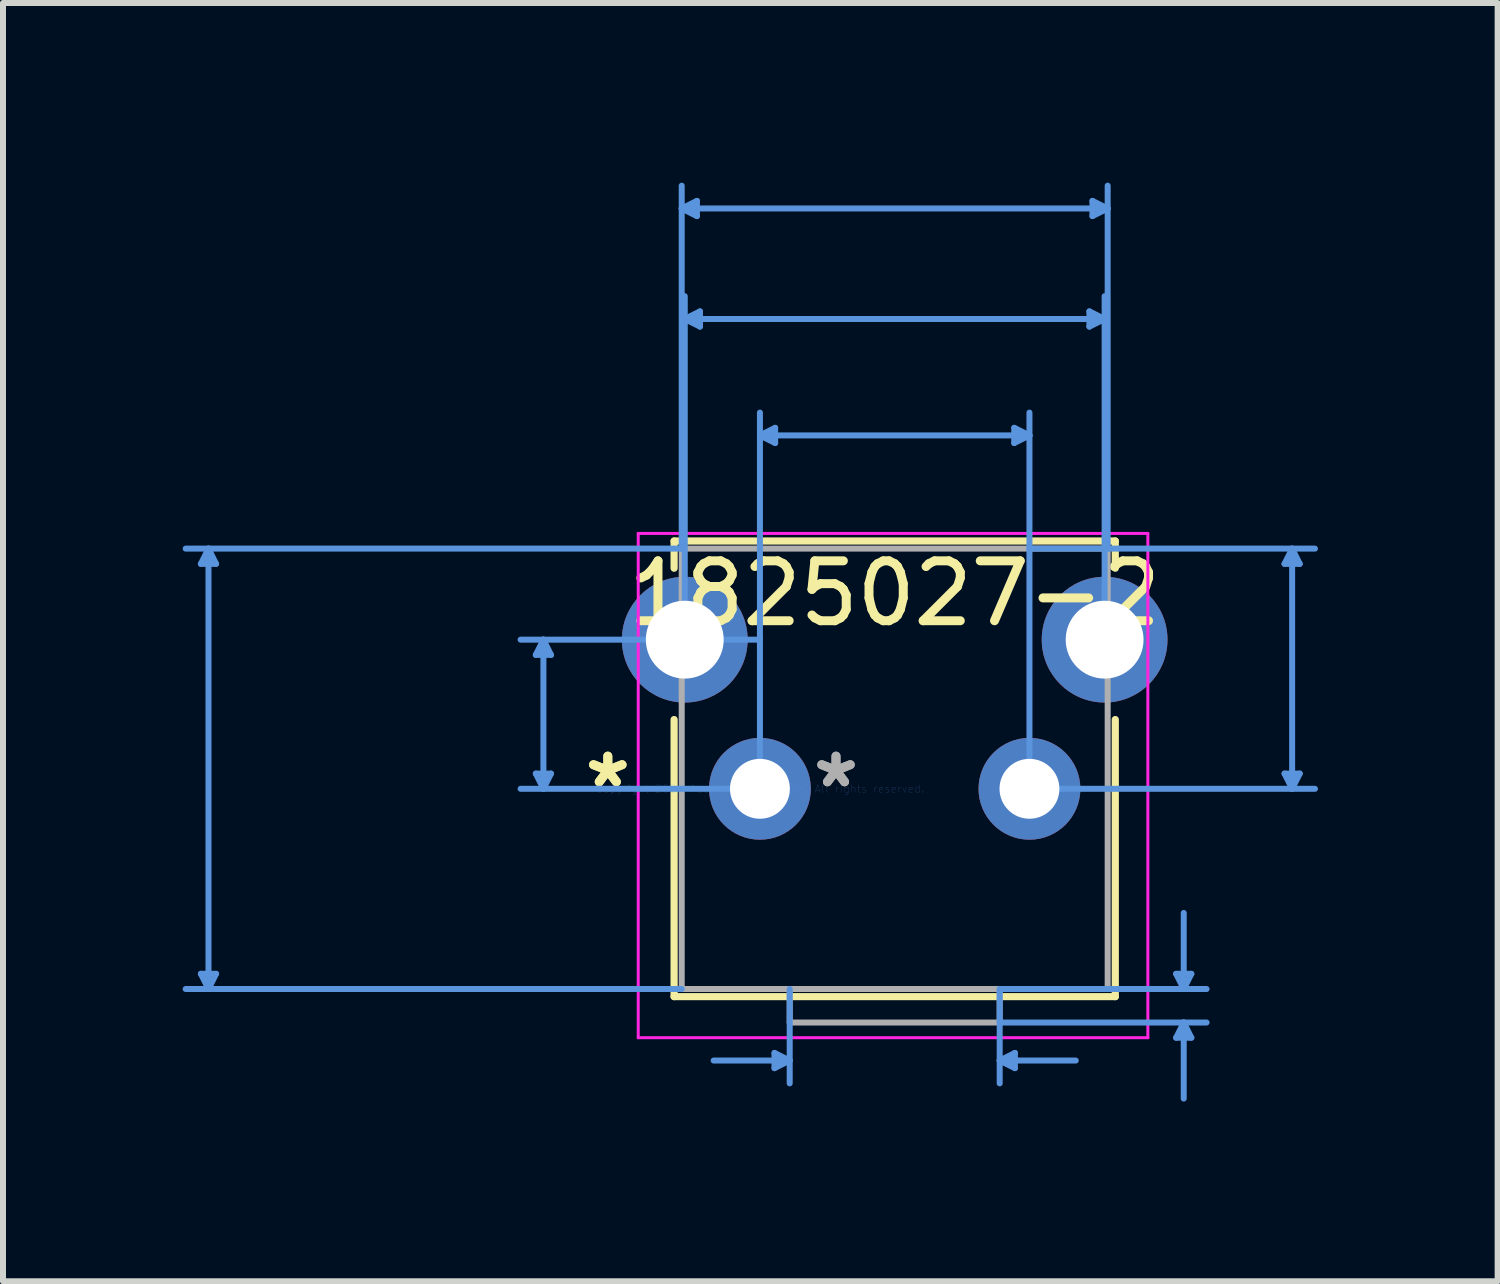
<source format=kicad_pcb>
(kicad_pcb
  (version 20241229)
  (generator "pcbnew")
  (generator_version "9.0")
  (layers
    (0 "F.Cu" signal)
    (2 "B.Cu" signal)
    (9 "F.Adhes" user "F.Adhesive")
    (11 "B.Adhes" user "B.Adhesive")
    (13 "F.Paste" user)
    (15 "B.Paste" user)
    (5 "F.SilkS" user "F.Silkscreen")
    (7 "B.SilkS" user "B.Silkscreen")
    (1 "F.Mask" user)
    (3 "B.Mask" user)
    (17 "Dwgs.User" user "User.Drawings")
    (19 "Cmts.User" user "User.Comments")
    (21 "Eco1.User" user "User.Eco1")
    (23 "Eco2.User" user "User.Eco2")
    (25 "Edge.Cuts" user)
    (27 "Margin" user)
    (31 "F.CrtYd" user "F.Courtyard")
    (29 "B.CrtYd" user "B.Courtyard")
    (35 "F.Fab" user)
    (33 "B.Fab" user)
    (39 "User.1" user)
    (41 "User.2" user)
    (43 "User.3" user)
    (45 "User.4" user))
  (footprint "1825027-2"
    (layer "F.Cu")
    (at 9.638 10.12)
    (property "Reference" "1825027-2" (at 2.25 -3.261 0) (layer "F.SilkS") (effects (font (size 1 1) (thickness 0.15))))
    (attr through_hole)
    (fp_line (start -1.433 -4.137) (end -1.433 -3.683) (stroke (width 0.12) (type solid)) (layer "F.SilkS"))
    (fp_line (start -1.433 -1.156) (end -1.433 3.47) (stroke (width 0.12) (type solid)) (layer "F.SilkS"))
    (fp_line (start -1.433 3.47) (end 5.933 3.47) (stroke (width 0.12) (type solid)) (layer "F.SilkS"))
    (fp_line (start 5.933 -4.137) (end -1.433 -4.137) (stroke (width 0.12) (type solid)) (layer "F.SilkS"))
    (fp_line (start 5.933 -3.683) (end 5.933 -4.137) (stroke (width 0.12) (type solid)) (layer "F.SilkS"))
    (fp_line (start 5.933 3.47) (end 5.933 -1.156) (stroke (width 0.12) (type solid)) (layer "F.SilkS"))
    (fp_line (start -9.334 3.089) (end -9.207 3.343) (stroke (width 0.1) (type solid)) (layer "Cmts.User"))
    (fp_line (start -9.334 -3.756) (end -9.207 -4.01) (stroke (width 0.1) (type solid)) (layer "Cmts.User"))
    (fp_line (start -9.334 -3.756) (end -9.08 -3.756) (stroke (width 0.1) (type solid)) (layer "Cmts.User"))
    (fp_line (start -9.207 -4.01) (end -9.207 3.343) (stroke (width 0.1) (type solid)) (layer "Cmts.User"))
    (fp_line (start -9.08 3.089) (end -9.334 3.089) (stroke (width 0.1) (type solid)) (layer "Cmts.User"))
    (fp_line (start -9.08 3.089) (end -9.207 3.343) (stroke (width 0.1) (type solid)) (layer "Cmts.User"))
    (fp_line (start -9.08 -3.756) (end -9.207 -4.01) (stroke (width 0.1) (type solid)) (layer "Cmts.User"))
    (fp_line (start -3.742 -0.254) (end -3.615 0) (stroke (width 0.1) (type solid)) (layer "Cmts.User"))
    (fp_line (start -3.742 -2.236) (end -3.615 -2.49) (stroke (width 0.1) (type solid)) (layer "Cmts.User"))
    (fp_line (start -3.742 -2.236) (end -3.488 -2.236) (stroke (width 0.1) (type solid)) (layer "Cmts.User"))
    (fp_line (start -3.615 -2.49) (end -3.615 0) (stroke (width 0.1) (type solid)) (layer "Cmts.User"))
    (fp_line (start -3.488 -0.254) (end -3.742 -0.254) (stroke (width 0.1) (type solid)) (layer "Cmts.User"))
    (fp_line (start -3.488 -0.254) (end -3.615 0) (stroke (width 0.1) (type solid)) (layer "Cmts.User"))
    (fp_line (start -3.488 -2.236) (end -3.615 -2.49) (stroke (width 0.1) (type solid)) (layer "Cmts.User"))
    (fp_line (start -1.306 -9.689) (end 5.806 -9.689) (stroke (width 0.1) (type solid)) (layer "Cmts.User"))
    (fp_line (start -1.306 -4.01) (end -9.588 -4.01) (stroke (width 0.1) (type solid)) (layer "Cmts.User"))
    (fp_line (start -1.306 -4.01) (end -1.306 -10.07) (stroke (width 0.1) (type solid)) (layer "Cmts.User"))
    (fp_line (start -1.306 3.343) (end -9.588 3.343) (stroke (width 0.1) (type solid)) (layer "Cmts.User"))
    (fp_line (start -1.255 -7.844) (end 5.755 -7.844) (stroke (width 0.1) (type solid)) (layer "Cmts.User"))
    (fp_line (start -1.255 -2.49) (end -1.255 -8.225) (stroke (width 0.1) (type solid)) (layer "Cmts.User"))
    (fp_line (start -1.052 -9.562) (end -1.306 -9.689) (stroke (width 0.1) (type solid)) (layer "Cmts.User"))
    (fp_line (start -1.052 -9.562) (end -1.052 -9.816) (stroke (width 0.1) (type solid)) (layer "Cmts.User"))
    (fp_line (start -1.052 -9.816) (end -1.306 -9.689) (stroke (width 0.1) (type solid)) (layer "Cmts.User"))
    (fp_line (start -1.001 -7.971) (end -1.255 -7.844) (stroke (width 0.1) (type solid)) (layer "Cmts.User"))
    (fp_line (start -1.001 -7.717) (end -1.255 -7.844) (stroke (width 0.1) (type solid)) (layer "Cmts.User"))
    (fp_line (start -1.001 -7.717) (end -1.001 -7.971) (stroke (width 0.1) (type solid)) (layer "Cmts.User"))
    (fp_line (start -0.000022 -5.9) (end 4.5 -5.9) (stroke (width 0.1) (type solid)) (layer "Cmts.User"))
    (fp_line (start 0 -2.49) (end -3.996 -2.49) (stroke (width 0.1) (type solid)) (layer "Cmts.User"))
    (fp_line (start 0 0) (end -3.996 0) (stroke (width 0.1) (type solid)) (layer "Cmts.User"))
    (fp_line (start 0 0) (end -0.000023 -6.281) (stroke (width 0.1) (type solid)) (layer "Cmts.User"))
    (fp_line (start 0.243 4.41) (end 0.243 4.664) (stroke (width 0.1) (type solid)) (layer "Cmts.User"))
    (fp_line (start 0.254 -6.027) (end -0.000022 -5.9) (stroke (width 0.1) (type solid)) (layer "Cmts.User"))
    (fp_line (start 0.254 -5.773) (end -0.000022 -5.9) (stroke (width 0.1) (type solid)) (layer "Cmts.User"))
    (fp_line (start 0.254 -5.773) (end 0.254 -6.027) (stroke (width 0.1) (type solid)) (layer "Cmts.User"))
    (fp_line (start 0.497 3.343) (end 0.497 4.918) (stroke (width 0.1) (type solid)) (layer "Cmts.User"))
    (fp_line (start 0.497 4.537) (end -0.773 4.537) (stroke (width 0.1) (type solid)) (layer "Cmts.User"))
    (fp_line (start 0.497 4.537) (end 0.243 4.41) (stroke (width 0.1) (type solid)) (layer "Cmts.User"))
    (fp_line (start 0.497 4.537) (end 0.243 4.664) (stroke (width 0.1) (type solid)) (layer "Cmts.User"))
    (fp_line (start 4.003 3.343) (end 4.003 4.918) (stroke (width 0.1) (type solid)) (layer "Cmts.User"))
    (fp_line (start 4.003 3.343) (end 7.457 3.343) (stroke (width 0.1) (type solid)) (layer "Cmts.User"))
    (fp_line (start 4.003 3.902) (end 7.457 3.902) (stroke (width 0.1) (type solid)) (layer "Cmts.User"))
    (fp_line (start 4.003 4.537) (end 4.257 4.41) (stroke (width 0.1) (type solid)) (layer "Cmts.User"))
    (fp_line (start 4.003 4.537) (end 4.257 4.664) (stroke (width 0.1) (type solid)) (layer "Cmts.User"))
    (fp_line (start 4.003 4.537) (end 5.273 4.537) (stroke (width 0.1) (type solid)) (layer "Cmts.User"))
    (fp_line (start 4.246 -6.027) (end 4.246 -5.773) (stroke (width 0.1) (type solid)) (layer "Cmts.User"))
    (fp_line (start 4.246 -6.027) (end 4.5 -5.9) (stroke (width 0.1) (type solid)) (layer "Cmts.User"))
    (fp_line (start 4.246 -5.773) (end 4.5 -5.9) (stroke (width 0.1) (type solid)) (layer "Cmts.User"))
    (fp_line (start 4.257 4.41) (end 4.257 4.664) (stroke (width 0.1) (type solid)) (layer "Cmts.User"))
    (fp_line (start 4.5 -4.01) (end 9.267 -4.01) (stroke (width 0.1) (type solid)) (layer "Cmts.User"))
    (fp_line (start 4.5 0) (end 4.5 -6.281) (stroke (width 0.1) (type solid)) (layer "Cmts.User"))
    (fp_line (start 4.5 0) (end 9.267 0) (stroke (width 0.1) (type solid)) (layer "Cmts.User"))
    (fp_line (start 5.501 -7.971) (end 5.501 -7.717) (stroke (width 0.1) (type solid)) (layer "Cmts.User"))
    (fp_line (start 5.501 -7.971) (end 5.755 -7.844) (stroke (width 0.1) (type solid)) (layer "Cmts.User"))
    (fp_line (start 5.501 -7.717) (end 5.755 -7.844) (stroke (width 0.1) (type solid)) (layer "Cmts.User"))
    (fp_line (start 5.552 -9.816) (end 5.552 -9.562) (stroke (width 0.1) (type solid)) (layer "Cmts.User"))
    (fp_line (start 5.552 -9.816) (end 5.806 -9.689) (stroke (width 0.1) (type solid)) (layer "Cmts.User"))
    (fp_line (start 5.552 -9.562) (end 5.806 -9.689) (stroke (width 0.1) (type solid)) (layer "Cmts.User"))
    (fp_line (start 5.755 -2.49) (end 5.755 -8.225) (stroke (width 0.1) (type solid)) (layer "Cmts.User"))
    (fp_line (start 5.806 -4.01) (end 5.806 -10.07) (stroke (width 0.1) (type solid)) (layer "Cmts.User"))
    (fp_line (start 6.949 3.089) (end 7.203 3.089) (stroke (width 0.1) (type solid)) (layer "Cmts.User"))
    (fp_line (start 6.949 4.156) (end 7.203 4.156) (stroke (width 0.1) (type solid)) (layer "Cmts.User"))
    (fp_line (start 7.076 3.343) (end 6.949 3.089) (stroke (width 0.1) (type solid)) (layer "Cmts.User"))
    (fp_line (start 7.076 3.343) (end 7.076 2.073) (stroke (width 0.1) (type solid)) (layer "Cmts.User"))
    (fp_line (start 7.076 3.343) (end 7.203 3.089) (stroke (width 0.1) (type solid)) (layer "Cmts.User"))
    (fp_line (start 7.076 3.902) (end 6.949 4.156) (stroke (width 0.1) (type solid)) (layer "Cmts.User"))
    (fp_line (start 7.076 3.902) (end 7.076 5.172) (stroke (width 0.1) (type solid)) (layer "Cmts.User"))
    (fp_line (start 7.076 3.902) (end 7.203 4.156) (stroke (width 0.1) (type solid)) (layer "Cmts.User"))
    (fp_line (start 8.759 -0.254) (end 8.886 0) (stroke (width 0.1) (type solid)) (layer "Cmts.User"))
    (fp_line (start 8.759 -3.756) (end 8.886 -4.01) (stroke (width 0.1) (type solid)) (layer "Cmts.User"))
    (fp_line (start 8.759 -3.756) (end 9.013 -3.756) (stroke (width 0.1) (type solid)) (layer "Cmts.User"))
    (fp_line (start 8.886 -4.01) (end 8.886 0) (stroke (width 0.1) (type solid)) (layer "Cmts.User"))
    (fp_line (start 9.013 -0.254) (end 8.759 -0.254) (stroke (width 0.1) (type solid)) (layer "Cmts.User"))
    (fp_line (start 9.013 -0.254) (end 8.886 0) (stroke (width 0.1) (type solid)) (layer "Cmts.User"))
    (fp_line (start 9.013 -3.756) (end 8.886 -4.01) (stroke (width 0.1) (type solid)) (layer "Cmts.User"))
    (fp_line (start -2.032 -4.264) (end -2.032 4.156) (stroke (width 0.05) (type solid)) (layer "F.CrtYd"))
    (fp_line (start -2.032 4.156) (end 6.477 4.156) (stroke (width 0.05) (type solid)) (layer "F.CrtYd"))
    (fp_line (start 6.477 -4.264) (end -2.032 -4.264) (stroke (width 0.05) (type solid)) (layer "F.CrtYd"))
    (fp_line (start 6.477 4.156) (end 6.477 -4.264) (stroke (width 0.05) (type solid)) (layer "F.CrtYd"))
    (fp_line (start -1.306 -4.01) (end -1.306 3.343) (stroke (width 0.1) (type solid)) (layer "F.Fab"))
    (fp_line (start -1.306 3.343) (end 5.806 3.343) (stroke (width 0.1) (type solid)) (layer "F.Fab"))
    (fp_line (start 0.497 3.343) (end 0.497 3.902) (stroke (width 0.1) (type solid)) (layer "F.Fab"))
    (fp_line (start 0.497 3.902) (end 4.003 3.902) (stroke (width 0.1) (type solid)) (layer "F.Fab"))
    (fp_line (start 4.003 3.343) (end 4.003 3.902) (stroke (width 0.1) (type solid)) (layer "F.Fab"))
    (fp_line (start 5.806 -4.01) (end -1.306 -4.01) (stroke (width 0.1) (type solid)) (layer "F.Fab"))
    (fp_line (start 5.806 3.343) (end 5.806 -4.01) (stroke (width 0.1) (type solid)) (layer "F.Fab"))
    (fp_text user "*" (at -2.54 0 0) (layer "F.SilkS") (effects (font (size 1 1) (thickness 0.15))))
    (fp_text user "*" (at -2.54 0 0) (layer "F.SilkS") (effects (font (size 1 1) (thickness 0.15))))
    (fp_text user "Copyright 2021 Accelerated Designs. All rights reserved." (at 0 0 0) (layer "Cmts.User") (effects (font (size 0.127 0.127) (thickness 0.002))))
    (fp_text user "*" (at 1.27 0 0) (layer "F.Fab") (effects (font (size 1 1) (thickness 0.15))))
    (fp_text user "*" (at 1.27 0 0) (layer "F.Fab") (effects (font (size 1 1) (thickness 0.15))))
    (pad "1" thru_hole circle (at 0 0) (size 1.7 1.7) (drill 1) (layers "*.Cu" "*.Mask"))
    (pad "2" thru_hole circle (at 4.5 0) (size 1.7 1.7) (drill 1) (layers "*.Cu" "*.Mask"))
    (pad "3" thru_hole circle (at -1.255 -2.49) (size 2.1 2.1) (drill 1.3) (layers "*.Cu" "*.Mask"))
    (pad "4" thru_hole circle (at 5.755 -2.49) (size 2.1 2.1) (drill 1.3) (layers "*.Cu" "*.Mask")))
  (gr_rect
    (start -3 -3)
    (end 21.955 18.342)
    (stroke (width 0.1) (type default))
    (fill no)
    (layer "Edge.Cuts")))
</source>
